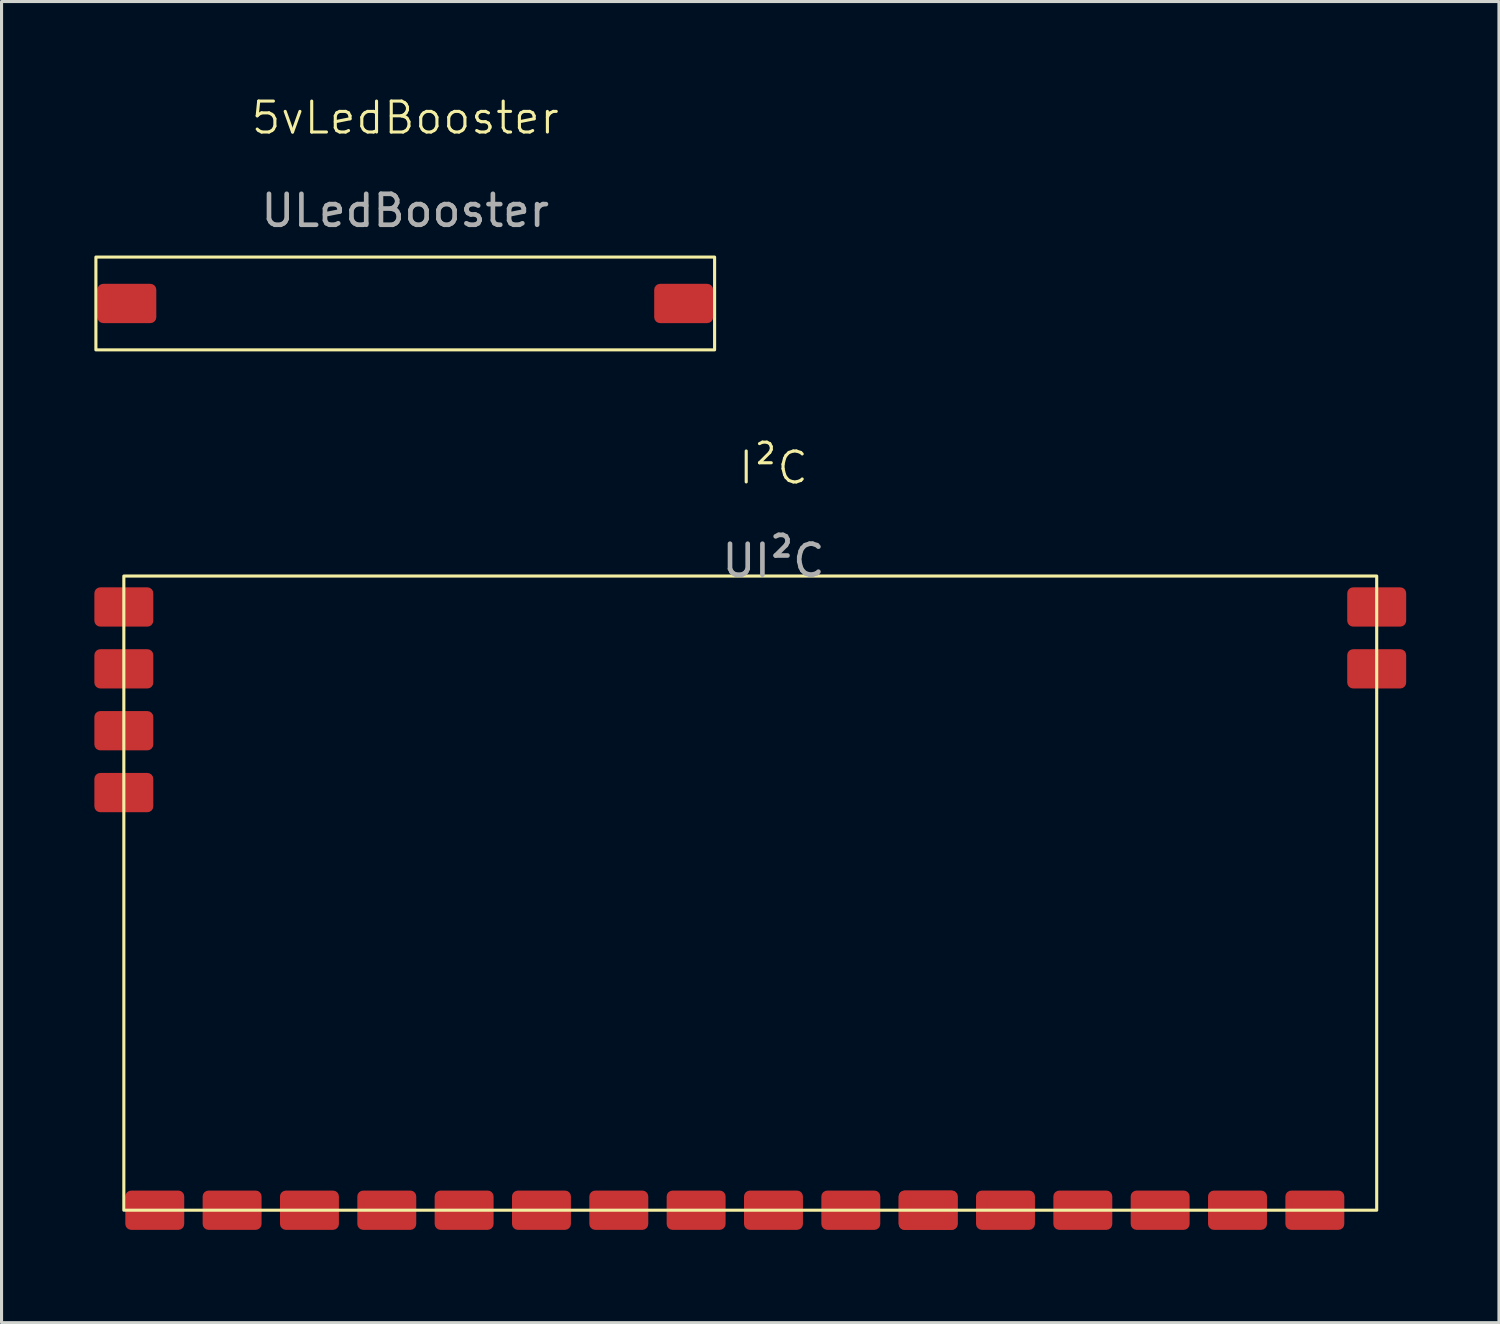
<source format=kicad_pcb>
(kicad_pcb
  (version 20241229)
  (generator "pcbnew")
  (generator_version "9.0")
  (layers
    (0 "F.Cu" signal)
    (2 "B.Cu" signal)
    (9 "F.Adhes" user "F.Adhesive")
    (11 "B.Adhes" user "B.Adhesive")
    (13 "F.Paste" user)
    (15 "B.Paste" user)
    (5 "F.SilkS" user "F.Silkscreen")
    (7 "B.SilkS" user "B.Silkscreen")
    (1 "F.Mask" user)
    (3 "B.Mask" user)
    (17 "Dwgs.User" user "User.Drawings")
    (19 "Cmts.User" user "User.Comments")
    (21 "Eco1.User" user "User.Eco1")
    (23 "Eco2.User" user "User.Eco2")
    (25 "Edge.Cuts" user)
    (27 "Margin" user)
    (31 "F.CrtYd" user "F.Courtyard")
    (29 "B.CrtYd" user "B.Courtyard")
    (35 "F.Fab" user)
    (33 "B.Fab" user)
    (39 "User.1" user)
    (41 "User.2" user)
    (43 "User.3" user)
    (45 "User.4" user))
  (footprint "I²C"
    (layer "F.Cu")
    (at 21.953 12.571)
    (property "Reference" "I²C" (at 0 -0.5 0) (unlocked yes) (layer "F.SilkS") (effects (font (size 1 1) (thickness 0.1))))
    (attr smd)
    (fp_rect (start -21 3) (end 19.5 23.5) (stroke (width 0.1) (type default)) (fill no) (layer "F.SilkS"))
    (fp_text user "UI²C" (at 0 2.5 0) (unlocked yes) (layer "F.Fab") (effects (font (size 1 1) (thickness 0.15))))
    (pad "1" smd roundrect (at -21 4) (size 1.905 1.27) (layers "F.Cu" "F.Mask" "F.Paste") (roundrect_rratio 0.15))
    (pad "2" smd roundrect (at -21 6) (size 1.905 1.27) (layers "F.Cu" "F.Mask" "F.Paste") (roundrect_rratio 0.15))
    (pad "3" smd roundrect (at -21 8) (size 1.905 1.27) (layers "F.Cu" "F.Mask" "F.Paste") (roundrect_rratio 0.15))
    (pad "4" smd roundrect (at -21 10) (size 1.905 1.27) (layers "F.Cu" "F.Mask" "F.Paste") (roundrect_rratio 0.15))
    (pad "5" smd roundrect (at 19.5 4) (size 1.905 1.27) (layers "F.Cu" "F.Mask" "F.Paste") (roundrect_rratio 0.15))
    (pad "6" smd roundrect (at 19.5 6) (size 1.905 1.27) (layers "F.Cu" "F.Mask" "F.Paste") (roundrect_rratio 0.15))
    (pad "7" smd roundrect (at -20 23.5) (size 1.905 1.27) (layers "F.Cu" "F.Mask" "F.Paste") (roundrect_rratio 0.15))
    (pad "8" smd roundrect (at -17.5 23.5) (size 1.905 1.27) (layers "F.Cu" "F.Mask" "F.Paste") (roundrect_rratio 0.15))
    (pad "9" smd roundrect (at -15 23.5) (size 1.905 1.27) (layers "F.Cu" "F.Mask" "F.Paste") (roundrect_rratio 0.15))
    (pad "10" smd roundrect (at -12.5 23.5) (size 1.905 1.27) (layers "F.Cu" "F.Mask" "F.Paste") (roundrect_rratio 0.15))
    (pad "11" smd roundrect (at -10 23.5) (size 1.905 1.27) (layers "F.Cu" "F.Mask" "F.Paste") (roundrect_rratio 0.15))
    (pad "12" smd roundrect (at -7.5 23.5) (size 1.905 1.27) (layers "F.Cu" "F.Mask" "F.Paste") (roundrect_rratio 0.15))
    (pad "13" smd roundrect (at -5 23.5) (size 1.905 1.27) (layers "F.Cu" "F.Mask" "F.Paste") (roundrect_rratio 0.15))
    (pad "14" smd roundrect (at -2.5 23.5) (size 1.905 1.27) (layers "F.Cu" "F.Mask" "F.Paste") (roundrect_rratio 0.15))
    (pad "15" smd roundrect (at 0 23.5) (size 1.905 1.27) (layers "F.Cu" "F.Mask" "F.Paste") (roundrect_rratio 0.15))
    (pad "16" smd roundrect (at 2.5 23.5) (size 1.905 1.27) (layers "F.Cu" "F.Mask" "F.Paste") (roundrect_rratio 0.15))
    (pad "17" smd roundrect (at 5 23.5) (size 1.905 1.27) (layers "F.Cu" "F.Mask" "F.Paste") (roundrect_rratio 0.15))
    (pad "18" smd roundrect (at 5 23.5) (size 1.905 1.27) (layers "F.Cu" "F.Mask" "F.Paste") (roundrect_rratio 0.15))
    (pad "19" smd roundrect (at 7.5 23.5) (size 1.905 1.27) (layers "F.Cu" "F.Mask" "F.Paste") (roundrect_rratio 0.15))
    (pad "20" smd roundrect (at 10 23.5) (size 1.905 1.27) (layers "F.Cu" "F.Mask" "F.Paste") (roundrect_rratio 0.15))
    (pad "21" smd roundrect (at 12.5 23.5) (size 1.905 1.27) (layers "F.Cu" "F.Mask" "F.Paste") (roundrect_rratio 0.15))
    (pad "22" smd roundrect (at 15 23.5) (size 1.905 1.27) (layers "F.Cu" "F.Mask" "F.Paste") (roundrect_rratio 0.15))
    (pad "23" smd roundrect (at 17.5 23.5) (size 1.905 1.27) (layers "F.Cu" "F.Mask" "F.Paste") (roundrect_rratio 0.15)))
  (footprint "5vLedBooster"
    (layer "F.Cu")
    (at 10.05 1.26)
    (property "Reference" "5vLedBooster" (at 0 -0.5 0) (unlocked yes) (layer "F.SilkS") (effects (font (size 1 1) (thickness 0.1))))
    (attr smd)
    (fp_rect (start -10 4) (end 10 7) (stroke (width 0.1) (type default)) (fill no) (layer "F.SilkS"))
    (fp_text user "ULedBooster" (at 0 2.5 0) (unlocked yes) (layer "F.Fab") (effects (font (size 1 1) (thickness 0.15))))
    (pad "1" smd roundrect (at -9 5.5) (size 1.905 1.27) (layers "F.Cu" "F.Mask" "F.Paste") (roundrect_rratio 0.15))
    (pad "2" smd roundrect (at 9 5.5) (size 1.905 1.27) (layers "F.Cu" "F.Mask" "F.Paste") (roundrect_rratio 0.15)))
  (gr_rect
    (start -3 -3)
    (end 45.405 39.706)
    (stroke (width 0.1) (type default))
    (fill no)
    (layer "Edge.Cuts")))
</source>
